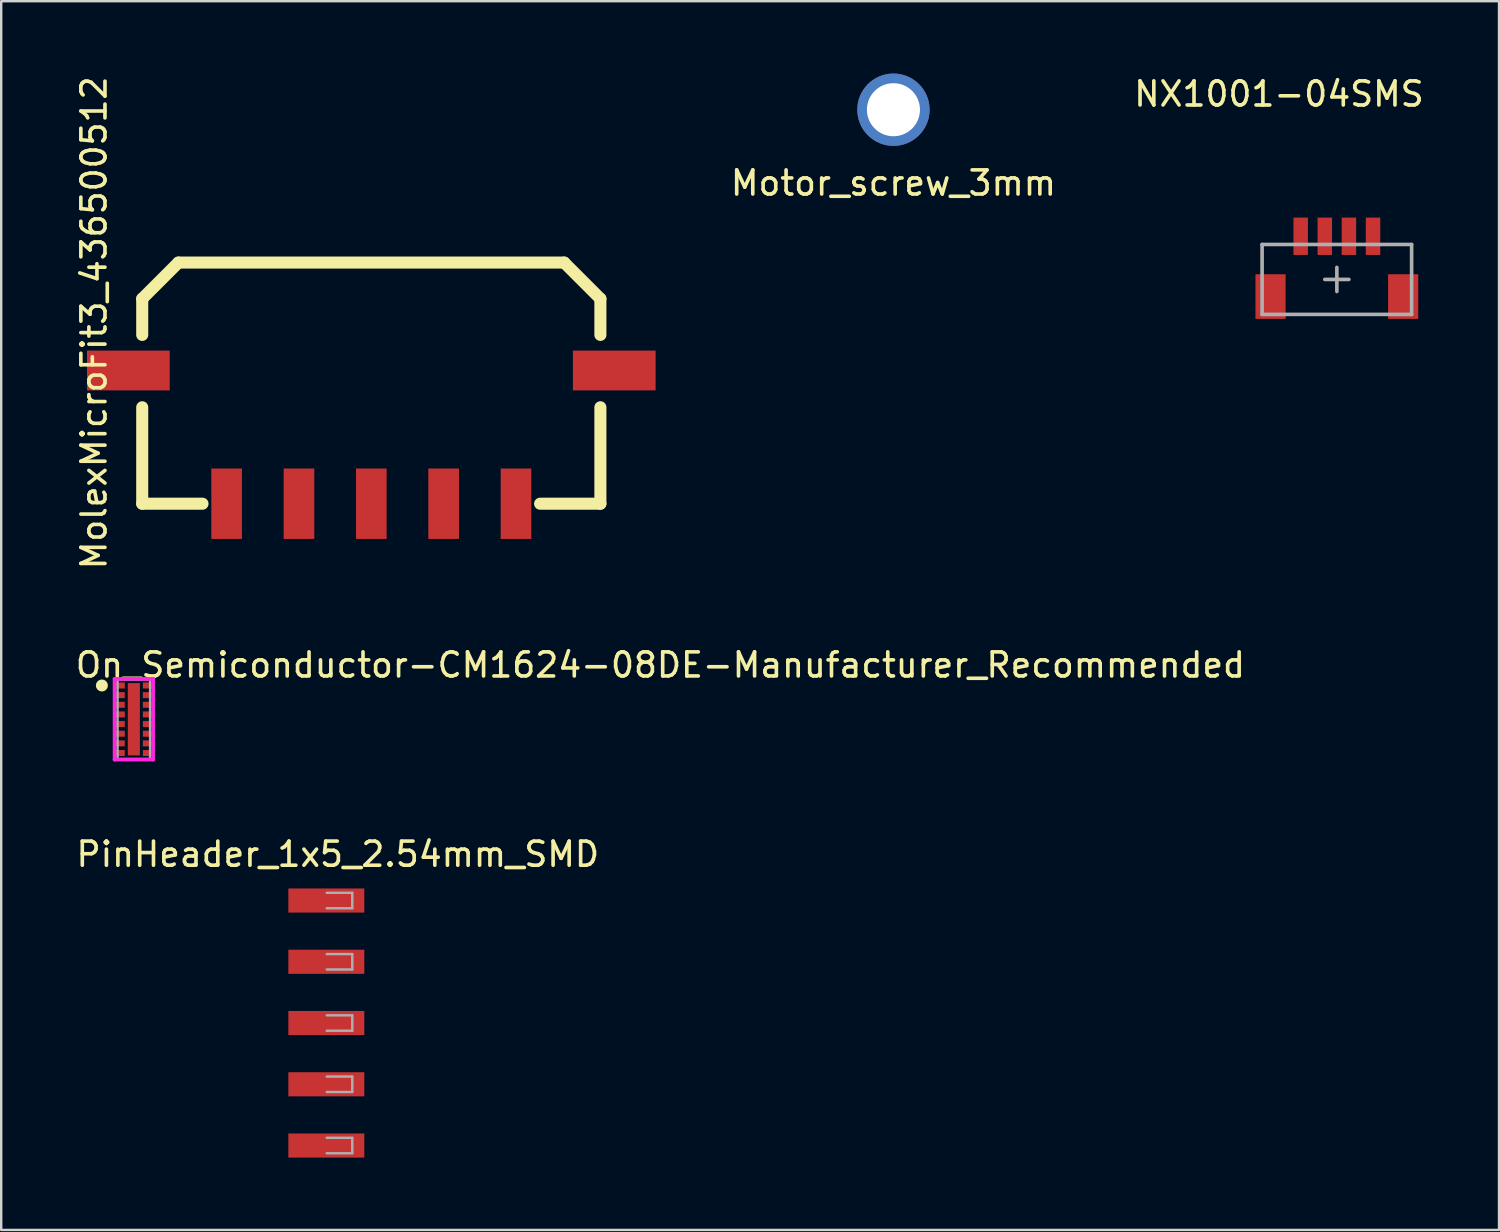
<source format=kicad_pcb>
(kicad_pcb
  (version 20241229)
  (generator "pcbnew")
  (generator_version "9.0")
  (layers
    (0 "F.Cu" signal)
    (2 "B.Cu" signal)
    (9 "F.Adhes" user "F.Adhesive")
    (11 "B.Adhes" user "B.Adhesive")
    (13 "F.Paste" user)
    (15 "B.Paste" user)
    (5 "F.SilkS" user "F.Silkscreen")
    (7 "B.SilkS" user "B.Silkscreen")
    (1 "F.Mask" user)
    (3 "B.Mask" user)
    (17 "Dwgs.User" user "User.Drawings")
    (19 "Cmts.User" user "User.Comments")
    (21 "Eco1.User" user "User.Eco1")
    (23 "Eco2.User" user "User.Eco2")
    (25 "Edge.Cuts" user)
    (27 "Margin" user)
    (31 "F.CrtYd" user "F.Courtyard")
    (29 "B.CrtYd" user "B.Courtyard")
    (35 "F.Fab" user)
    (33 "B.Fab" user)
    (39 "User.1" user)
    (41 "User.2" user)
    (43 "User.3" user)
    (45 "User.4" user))
  (footprint "Motor_screw_3mm"
    (layer "F.Cu")
    (at 34.001 4.04)
    (property "Reference" "Motor_screw_3mm" (at 0 0.5 0) (layer "F.SilkS") (effects (font (size 1 1) (thickness 0.15))))
    (attr through_hole)
    (pad "1" thru_hole circle (at 0 -2.54) (size 3 3) (drill 2.2) (layers "*.Cu" "*.Mask")))
  (footprint "MolexMicroFit3_436500512"
    (layer "F.Cu")
    (at 12.348 17.839)
    (property "Reference" "MolexMicroFit3_436500512" (at -11.5 -7.5 90) (layer "F.SilkS") (effects (font (size 1 1) (thickness 0.15))))
    (attr through_hole)
    (fp_line (start -9.5 -8.5) (end -9.5 -7) (stroke (width 0.5) (type solid)) (layer "F.SilkS"))
    (fp_line (start -9.5 -8.5) (end -8 -10) (stroke (width 0.5) (type solid)) (layer "F.SilkS"))
    (fp_line (start -9.5 0) (end -9.5 -4) (stroke (width 0.5) (type solid)) (layer "F.SilkS"))
    (fp_line (start -9.5 0) (end -7 0) (stroke (width 0.5) (type solid)) (layer "F.SilkS"))
    (fp_line (start 7 0) (end 9.5 0) (stroke (width 0.5) (type solid)) (layer "F.SilkS"))
    (fp_line (start 8 -10) (end -8 -10) (stroke (width 0.5) (type solid)) (layer "F.SilkS"))
    (fp_line (start 8 -10) (end 9.5 -8.5) (stroke (width 0.5) (type solid)) (layer "F.SilkS"))
    (fp_line (start 9.5 -8.5) (end 9.5 -7) (stroke (width 0.5) (type solid)) (layer "F.SilkS"))
    (fp_line (start 9.5 -4) (end 9.5 0) (stroke (width 0.5) (type solid)) (layer "F.SilkS"))
    (pad "1" smd rect (at -6 0) (size 1.27 2.92) (layers "F.Cu" "F.Mask" "F.Paste"))
    (pad "2" smd rect (at -3 0) (size 1.27 2.92) (layers "F.Cu" "F.Mask" "F.Paste"))
    (pad "3" smd rect (at 0 0) (size 1.27 2.92) (layers "F.Cu" "F.Mask" "F.Paste"))
    (pad "4" smd rect (at 3 0) (size 1.27 2.92) (layers "F.Cu" "F.Mask" "F.Paste"))
    (pad "5" smd rect (at 6 0) (size 1.27 2.92) (layers "F.Cu" "F.Mask" "F.Paste"))
    (pad "6" smd rect (at 10.075 -5.525 90) (size 1.65 3.43) (layers "F.Cu" "F.Mask" "F.Paste"))
    (pad "7" smd rect (at -10.075 -5.525 90) (size 1.65 3.43) (layers "F.Cu" "F.Mask" "F.Paste")))
  (footprint "On_Semiconductor-CM1624-08DE-Manufacturer_Recommended"
    (layer "F.Cu")
    (at 2.5 26.777)
    (property "Reference" "On_Semiconductor-CM1624-08DE-Manufacturer_Recommended" (at -2.5 -2.25 0) (layer "F.SilkS") (effects (font (size 1 1) (thickness 0.15)) (justify left)))
    (attr through_hole)
    (fp_circle (center -1.325 -1.4) (end -1.2 -1.4) (stroke (width 0.25) (type solid)) (fill no) (layer "F.SilkS"))
    (fp_line (start -0.8 -1.675) (end -0.8 1.675) (stroke (width 0.15) (type solid)) (layer "F.CrtYd"))
    (fp_line (start -0.8 1.675) (end 0.8 1.675) (stroke (width 0.15) (type solid)) (layer "F.CrtYd"))
    (fp_line (start 0.8 -1.675) (end -0.8 -1.675) (stroke (width 0.15) (type solid)) (layer "F.CrtYd"))
    (fp_line (start 0.8 -1.675) (end 0.8 -1.675) (stroke (width 0.15) (type solid)) (layer "F.CrtYd"))
    (fp_line (start 0.8 1.675) (end 0.8 -1.675) (stroke (width 0.15) (type solid)) (layer "F.CrtYd"))
    (fp_line (start -0.675 -1.65) (end 0.675 -1.65) (stroke (width 0.1) (type solid)) (layer "F.Fab"))
    (fp_line (start -0.675 1.65) (end -0.675 -1.65) (stroke (width 0.1) (type solid)) (layer "F.Fab"))
    (fp_line (start -0.675 1.65) (end 0.675 1.65) (stroke (width 0.1) (type solid)) (layer "F.Fab"))
    (fp_line (start 0.675 1.65) (end 0.675 -1.65) (stroke (width 0.1) (type solid)) (layer "F.Fab"))
    (pad "1" smd rect (at -0.575 -1.4 270) (size 0.25 0.4) (layers "F.Cu" "F.Mask" "F.Paste"))
    (pad "2" smd rect (at -0.575 -1 270) (size 0.25 0.4) (layers "F.Cu" "F.Mask" "F.Paste"))
    (pad "3" smd rect (at -0.575 -0.6 270) (size 0.25 0.4) (layers "F.Cu" "F.Mask" "F.Paste"))
    (pad "4" smd rect (at -0.575 -0.2 270) (size 0.25 0.4) (layers "F.Cu" "F.Mask" "F.Paste"))
    (pad "5" smd rect (at -0.575 0.2 270) (size 0.25 0.4) (layers "F.Cu" "F.Mask" "F.Paste"))
    (pad "6" smd rect (at -0.575 0.6 270) (size 0.25 0.4) (layers "F.Cu" "F.Mask" "F.Paste"))
    (pad "7" smd rect (at -0.575 1 270) (size 0.25 0.4) (layers "F.Cu" "F.Mask" "F.Paste"))
    (pad "8" smd rect (at -0.575 1.4 270) (size 0.25 0.4) (layers "F.Cu" "F.Mask" "F.Paste"))
    (pad "9" smd rect (at 0.575 1.4 270) (size 0.25 0.4) (layers "F.Cu" "F.Mask" "F.Paste"))
    (pad "10" smd rect (at 0.575 1 270) (size 0.25 0.4) (layers "F.Cu" "F.Mask" "F.Paste"))
    (pad "11" smd rect (at 0.575 0.6 270) (size 0.25 0.4) (layers "F.Cu" "F.Mask" "F.Paste"))
    (pad "12" smd rect (at 0.575 0.2 270) (size 0.25 0.4) (layers "F.Cu" "F.Mask" "F.Paste"))
    (pad "13" smd rect (at 0.575 -0.2 270) (size 0.25 0.4) (layers "F.Cu" "F.Mask" "F.Paste"))
    (pad "14" smd rect (at 0.575 -0.6 270) (size 0.25 0.4) (layers "F.Cu" "F.Mask" "F.Paste"))
    (pad "15" smd rect (at 0.575 -1 270) (size 0.25 0.4) (layers "F.Cu" "F.Mask" "F.Paste"))
    (pad "16" smd rect (at 0.575 -1.4 270) (size 0.25 0.4) (layers "F.Cu" "F.Mask" "F.Paste"))
    (pad "17" smd rect (at 0.000001 -0.000001 270) (size 3 0.5) (layers "F.Cu" "F.Mask" "F.Paste")))
  (footprint "NX1001-04SMS"
    (layer "F.Cu")
    (at 53.889 6.748)
    (property "Reference" "NX1001-04SMS" (at -3.9 -5.9 0) (layer "F.SilkS") (effects (font (size 1 1) (thickness 0.15))))
    (attr through_hole)
    (fp_line (start -4.6 0.34) (end -4.6 3.24) (stroke (width 0.15) (type solid)) (layer "F.Fab"))
    (fp_line (start -4.6 0.34) (end 1.6 0.34) (stroke (width 0.15) (type solid)) (layer "F.Fab"))
    (fp_line (start -4.6 3.24) (end 1.6 3.24) (stroke (width 0.15) (type solid)) (layer "F.Fab"))
    (fp_line (start -2 1.79) (end -1 1.79) (stroke (width 0.15) (type solid)) (layer "F.Fab"))
    (fp_line (start -1.5 1.29) (end -1.5 2.29) (stroke (width 0.15) (type solid)) (layer "F.Fab"))
    (fp_line (start 1.6 0.34) (end 1.6 3.24) (stroke (width 0.15) (type solid)) (layer "F.Fab"))
    (pad "1" smd rect (at 0 0) (size 0.6 1.55) (layers "F.Cu" "F.Mask" "F.Paste"))
    (pad "2" smd rect (at -1 0) (size 0.6 1.55) (layers "F.Cu" "F.Mask" "F.Paste"))
    (pad "3" smd rect (at -2 0) (size 0.6 1.55) (layers "F.Cu" "F.Mask" "F.Paste"))
    (pad "4" smd rect (at -3 0) (size 0.6 1.55) (layers "F.Cu" "F.Mask" "F.Paste"))
    (pad "5" smd rect (at 1.25 2.5) (size 1.25 1.85) (layers "F.Cu" "F.Mask" "F.Paste"))
    (pad "6" smd rect (at -4.25 2.5) (size 1.25 1.85) (layers "F.Cu" "F.Mask" "F.Paste")))
  (footprint "PinHeader_1x5_2.54mm_SMD"
    (layer "F.Cu")
    (at 10.958 31.875)
    (property "Reference" "PinHeader_1x5_2.54mm_SMD" (at 0 0.5 0) (layer "F.SilkS") (effects (font (size 1 1) (thickness 0.15))))
    (attr through_hole)
    (fp_line (start -0.46 2.1) (end 0.6 2.1) (stroke (width 0.1) (type solid)) (layer "F.Fab"))
    (fp_line (start -0.46 4.64) (end 0.6 4.64) (stroke (width 0.1) (type solid)) (layer "F.Fab"))
    (fp_line (start -0.46 7.18) (end 0.6 7.18) (stroke (width 0.1) (type solid)) (layer "F.Fab"))
    (fp_line (start -0.46 9.72) (end 0.6 9.72) (stroke (width 0.1) (type solid)) (layer "F.Fab"))
    (fp_line (start -0.46 12.26) (end 0.6 12.26) (stroke (width 0.1) (type solid)) (layer "F.Fab"))
    (fp_line (start 0.6 2.1) (end 0.6 2.74) (stroke (width 0.1) (type solid)) (layer "F.Fab"))
    (fp_line (start 0.6 2.74) (end -0.46 2.74) (stroke (width 0.1) (type solid)) (layer "F.Fab"))
    (fp_line (start 0.6 4.64) (end 0.6 5.28) (stroke (width 0.1) (type solid)) (layer "F.Fab"))
    (fp_line (start 0.6 5.28) (end -0.46 5.28) (stroke (width 0.1) (type solid)) (layer "F.Fab"))
    (fp_line (start 0.6 7.18) (end 0.6 7.82) (stroke (width 0.1) (type solid)) (layer "F.Fab"))
    (fp_line (start 0.6 7.82) (end -0.46 7.82) (stroke (width 0.1) (type solid)) (layer "F.Fab"))
    (fp_line (start 0.6 9.72) (end 0.6 10.36) (stroke (width 0.1) (type solid)) (layer "F.Fab"))
    (fp_line (start 0.6 10.36) (end -0.46 10.36) (stroke (width 0.1) (type solid)) (layer "F.Fab"))
    (fp_line (start 0.6 12.26) (end 0.6 12.9) (stroke (width 0.1) (type solid)) (layer "F.Fab"))
    (fp_line (start 0.6 12.9) (end -0.46 12.9) (stroke (width 0.1) (type solid)) (layer "F.Fab"))
    (pad "1" smd rect (at -0.475 2.42) (size 3.15 1) (layers "F.Cu" "F.Mask" "F.Paste"))
    (pad "2" smd rect (at -0.475 4.96) (size 3.15 1) (layers "F.Cu" "F.Mask" "F.Paste"))
    (pad "3" smd rect (at -0.475 7.5) (size 3.15 1) (layers "F.Cu" "F.Mask" "F.Paste"))
    (pad "4" smd rect (at -0.475 10.04) (size 3.15 1) (layers "F.Cu" "F.Mask" "F.Paste"))
    (pad "5" smd rect (at -0.475 12.58) (size 3.15 1) (layers "F.Cu" "F.Mask" "F.Paste")))
  (gr_rect
    (start -3 -3)
    (end 59.114 47.955)
    (stroke (width 0.1) (type default))
    (fill no)
    (layer "Edge.Cuts")))
</source>
